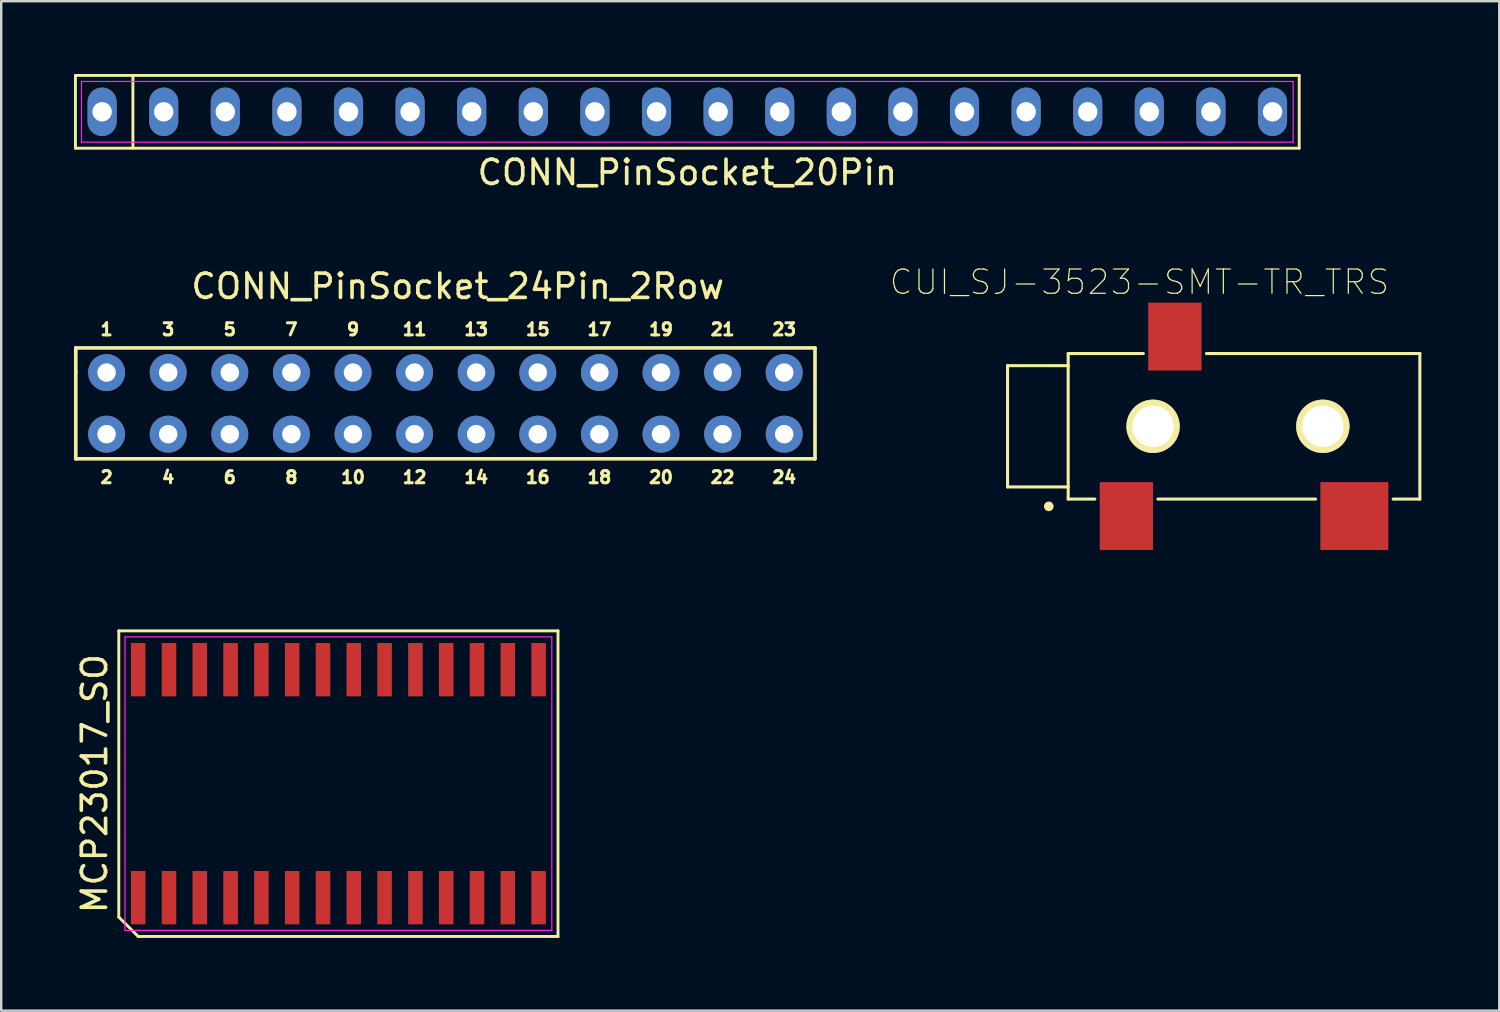
<source format=kicad_pcb>
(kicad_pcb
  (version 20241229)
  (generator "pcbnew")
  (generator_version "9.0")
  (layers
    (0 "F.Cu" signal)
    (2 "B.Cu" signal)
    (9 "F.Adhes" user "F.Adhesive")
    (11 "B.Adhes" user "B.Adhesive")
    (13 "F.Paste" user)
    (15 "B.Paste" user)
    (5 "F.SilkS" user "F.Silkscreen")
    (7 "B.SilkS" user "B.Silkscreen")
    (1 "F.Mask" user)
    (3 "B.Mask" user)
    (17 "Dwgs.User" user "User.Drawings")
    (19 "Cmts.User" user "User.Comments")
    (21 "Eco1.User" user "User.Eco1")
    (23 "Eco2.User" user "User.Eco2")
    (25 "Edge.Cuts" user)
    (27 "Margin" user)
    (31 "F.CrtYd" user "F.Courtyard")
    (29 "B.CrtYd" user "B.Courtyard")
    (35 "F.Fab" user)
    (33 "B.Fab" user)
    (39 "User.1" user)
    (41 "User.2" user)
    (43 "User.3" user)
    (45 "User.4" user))
  (footprint "CONN_PinSocket_20Pin"
    (layer "F.Cu")
    (at 25.29 1.56)
    (property "Reference" "CONN_PinSocket_20Pin" (at 0 2.5 0) (layer "F.SilkS") (effects (font (size 1 1) (thickness 0.15))))
    (attr through_hole)
    (fp_line (start -25.23 -1.5) (end 25.23 -1.5) (stroke (width 0.12) (type solid)) (layer "F.SilkS"))
    (fp_line (start -25.23 1.5) (end -25.23 -1.5) (stroke (width 0.12) (type solid)) (layer "F.SilkS"))
    (fp_line (start -22.86 -1.5) (end -22.86 1.5) (stroke (width 0.12) (type solid)) (layer "F.SilkS"))
    (fp_line (start 25.23 -1.5) (end 25.23 1.5) (stroke (width 0.12) (type solid)) (layer "F.SilkS"))
    (fp_line (start 25.23 1.5) (end -25.23 1.5) (stroke (width 0.12) (type solid)) (layer "F.SilkS"))
    (fp_line (start -24.98 -1.25) (end 24.98 -1.25) (stroke (width 0.05) (type solid)) (layer "F.CrtYd"))
    (fp_line (start -24.98 1.25) (end -24.98 -1.25) (stroke (width 0.05) (type solid)) (layer "F.CrtYd"))
    (fp_line (start 24.98 -1.25) (end 24.98 1.25) (stroke (width 0.05) (type solid)) (layer "F.CrtYd"))
    (fp_line (start 24.98 1.25) (end -24.98 1.25) (stroke (width 0.05) (type solid)) (layer "F.CrtYd"))
    (pad "1" thru_hole oval (at -24.13 0) (size 1.2 2) (drill 0.8) (layers "*.Cu" "*.Mask"))
    (pad "2" thru_hole oval (at -21.59 0) (size 1.2 2) (drill 0.8) (layers "*.Cu" "*.Mask"))
    (pad "3" thru_hole oval (at -19.05 0) (size 1.2 2) (drill 0.8) (layers "*.Cu" "*.Mask"))
    (pad "4" thru_hole oval (at -16.51 0) (size 1.2 2) (drill 0.8) (layers "*.Cu" "*.Mask"))
    (pad "5" thru_hole oval (at -13.97 0) (size 1.2 2) (drill 0.8) (layers "*.Cu" "*.Mask"))
    (pad "6" thru_hole oval (at -11.43 0) (size 1.2 2) (drill 0.8) (layers "*.Cu" "*.Mask"))
    (pad "7" thru_hole oval (at -8.89 0) (size 1.2 2) (drill 0.8) (layers "*.Cu" "*.Mask"))
    (pad "8" thru_hole oval (at -6.35 0) (size 1.2 2) (drill 0.8) (layers "*.Cu" "*.Mask"))
    (pad "9" thru_hole oval (at -3.81 0) (size 1.2 2) (drill 0.8) (layers "*.Cu" "*.Mask"))
    (pad "10" thru_hole oval (at -1.27 0) (size 1.2 2) (drill 0.8) (layers "*.Cu" "*.Mask"))
    (pad "11" thru_hole oval (at 1.27 0) (size 1.2 2) (drill 0.8) (layers "*.Cu" "*.Mask"))
    (pad "12" thru_hole oval (at 3.81 0) (size 1.2 2) (drill 0.8) (layers "*.Cu" "*.Mask"))
    (pad "13" thru_hole oval (at 6.35 0) (size 1.2 2) (drill 0.8) (layers "*.Cu" "*.Mask"))
    (pad "14" thru_hole oval (at 8.89 0) (size 1.2 2) (drill 0.8) (layers "*.Cu" "*.Mask"))
    (pad "15" thru_hole oval (at 11.43 0) (size 1.2 2) (drill 0.8) (layers "*.Cu" "*.Mask"))
    (pad "16" thru_hole oval (at 13.97 0) (size 1.2 2) (drill 0.8) (layers "*.Cu" "*.Mask"))
    (pad "17" thru_hole oval (at 16.51 0) (size 1.2 2) (drill 0.8) (layers "*.Cu" "*.Mask"))
    (pad "18" thru_hole oval (at 19.05 0) (size 1.2 2) (drill 0.8) (layers "*.Cu" "*.Mask"))
    (pad "19" thru_hole oval (at 21.59 0) (size 1.2 2) (drill 0.8) (layers "*.Cu" "*.Mask"))
    (pad "20" thru_hole oval (at 24.13 0) (size 1.2 2) (drill 0.8) (layers "*.Cu" "*.Mask")))
  (footprint "CUI_SJ-3523-SMT-TR_TRS"
    (layer "F.Cu")
    (at 44.494 14.528)
    (property "Reference" "CUI_SJ-3523-SMT-TR_TRS" (at -0.561 -5.946 0) (layer "F.SilkS") (effects (font (size 1.002 1.002) (thickness 0.05))))
    (attr smd)
    (fp_line (start -6 -2.5) (end -6 2.5) (stroke (width 0.127) (type solid)) (layer "F.SilkS"))
    (fp_line (start -6 2.5) (end -3.5 2.5) (stroke (width 0.127) (type solid)) (layer "F.SilkS"))
    (fp_line (start -3.5 -3) (end -0.4 -3) (stroke (width 0.127) (type solid)) (layer "F.SilkS"))
    (fp_line (start -3.5 -2.5) (end -6 -2.5) (stroke (width 0.127) (type solid)) (layer "F.SilkS"))
    (fp_line (start -3.5 -2.5) (end -3.5 -3) (stroke (width 0.127) (type solid)) (layer "F.SilkS"))
    (fp_line (start -3.5 2.5) (end -3.5 -2.5) (stroke (width 0.127) (type solid)) (layer "F.SilkS"))
    (fp_line (start -3.5 3) (end -3.5 2.5) (stroke (width 0.127) (type solid)) (layer "F.SilkS"))
    (fp_line (start -3.5 3) (end -2.4 3) (stroke (width 0.127) (type solid)) (layer "F.SilkS"))
    (fp_line (start 0.2 3) (end 6.7 3) (stroke (width 0.127) (type solid)) (layer "F.SilkS"))
    (fp_line (start 2.2 -3) (end 11 -3) (stroke (width 0.127) (type solid)) (layer "F.SilkS"))
    (fp_line (start 9.9 3) (end 11 3) (stroke (width 0.127) (type solid)) (layer "F.SilkS"))
    (fp_line (start 11 -3) (end 11 3) (stroke (width 0.127) (type solid)) (layer "F.SilkS"))
    (fp_circle (center -4.3 3.3) (end -4.2 3.3) (stroke (width 0.2) (type solid)) (fill no) (layer "F.SilkS"))
    (fp_line (start -6.25 -2.75) (end -6.25 2.75) (stroke (width 0.05) (type solid)) (layer "Eco1.User"))
    (fp_line (start -6.25 2.75) (end -3.75 2.75) (stroke (width 0.05) (type solid)) (layer "Eco1.User"))
    (fp_line (start -3.75 -5.35) (end -3.75 -2.75) (stroke (width 0.05) (type solid)) (layer "Eco1.User"))
    (fp_line (start -3.75 -5.35) (end 11.25 -5.35) (stroke (width 0.05) (type solid)) (layer "Eco1.User"))
    (fp_line (start -3.75 -2.75) (end -6.25 -2.75) (stroke (width 0.05) (type solid)) (layer "Eco1.User"))
    (fp_line (start -3.75 2.75) (end -3.75 5.35) (stroke (width 0.05) (type solid)) (layer "Eco1.User"))
    (fp_line (start 11.25 -5.35) (end 11.25 5.35) (stroke (width 0.05) (type solid)) (layer "Eco1.User"))
    (fp_line (start 11.25 5.35) (end -3.75 5.35) (stroke (width 0.05) (type solid)) (layer "Eco1.User"))
    (fp_line (start -6 -2.5) (end -6 2.5) (stroke (width 0.127) (type solid)) (layer "Eco2.User"))
    (fp_line (start -6 2.5) (end -3.5 2.5) (stroke (width 0.127) (type solid)) (layer "Eco2.User"))
    (fp_line (start -3.5 -3) (end 11 -3) (stroke (width 0.127) (type solid)) (layer "Eco2.User"))
    (fp_line (start -3.5 -2.5) (end -6 -2.5) (stroke (width 0.127) (type solid)) (layer "Eco2.User"))
    (fp_line (start -3.5 3) (end -3.5 -3) (stroke (width 0.127) (type solid)) (layer "Eco2.User"))
    (fp_line (start 11 -3) (end 11 3) (stroke (width 0.127) (type solid)) (layer "Eco2.User"))
    (fp_line (start 11 3) (end -3.5 3) (stroke (width 0.127) (type solid)) (layer "Eco2.User"))
    (fp_circle (center -4.3 3.3) (end -4.2 3.3) (stroke (width 0.2) (type solid)) (fill no) (layer "Eco2.User"))
    (pad "" np_thru_hole circle (at 0 0) (size 2.2 2.2) (drill 1.7) (layers "*.Cu" "*.Mask" "F.SilkS"))
    (pad "" np_thru_hole circle (at 7 0) (size 2.2 2.2) (drill 1.7) (layers "*.Cu" "*.Mask" "F.SilkS"))
    (pad "R" smd rect (at 8.3 3.7) (size 2.8 2.8) (layers "F.Cu" "F.Mask" "F.Paste"))
    (pad "S" smd rect (at 0.9 -3.7) (size 2.2 2.8) (layers "F.Cu" "F.Mask" "F.Paste"))
    (pad "T" smd rect (at -1.1 3.7) (size 2.2 2.8) (layers "F.Cu" "F.Mask" "F.Paste")))
  (footprint "MCP23017_SO"
    (layer "F.Cu")
    (at 10.903 29.263)
    (property "Reference" "MCP23017_SO" (at -10.055 0 90) (layer "F.SilkS") (effects (font (size 1 1) (thickness 0.15))))
    (attr smd)
    (fp_line (start -9.055 -6.3) (end 9.055 -6.3) (stroke (width 0.12) (type solid)) (layer "F.SilkS"))
    (fp_line (start -9.055 5.5) (end -9.055 -6.3) (stroke (width 0.12) (type solid)) (layer "F.SilkS"))
    (fp_line (start -8.255 6.3) (end -9.055 5.5) (stroke (width 0.12) (type solid)) (layer "F.SilkS"))
    (fp_line (start 9.055 -6.3) (end 9.055 6.3) (stroke (width 0.12) (type solid)) (layer "F.SilkS"))
    (fp_line (start 9.055 6.3) (end -8.255 6.3) (stroke (width 0.12) (type solid)) (layer "F.SilkS"))
    (fp_line (start -8.8 -6.05) (end 8.8 -6.05) (stroke (width 0.05) (type solid)) (layer "F.CrtYd"))
    (fp_line (start -8.8 6.05) (end -8.8 -6.05) (stroke (width 0.05) (type solid)) (layer "F.CrtYd"))
    (fp_line (start 8.8 -6.05) (end 8.8 6.05) (stroke (width 0.05) (type solid)) (layer "F.CrtYd"))
    (fp_line (start 8.8 6.05) (end -8.8 6.05) (stroke (width 0.05) (type solid)) (layer "F.CrtYd"))
    (pad "1" smd rect (at -8.255 4.7) (size 0.6 2.2) (layers "F.Cu" "F.Mask" "F.Paste"))
    (pad "2" smd rect (at -6.985 4.7) (size 0.6 2.2) (layers "F.Cu" "F.Mask" "F.Paste"))
    (pad "3" smd rect (at -5.715 4.7) (size 0.6 2.2) (layers "F.Cu" "F.Mask" "F.Paste"))
    (pad "4" smd rect (at -4.445 4.7) (size 0.6 2.2) (layers "F.Cu" "F.Mask" "F.Paste"))
    (pad "5" smd rect (at -3.175 4.7) (size 0.6 2.2) (layers "F.Cu" "F.Mask" "F.Paste"))
    (pad "6" smd rect (at -1.905 4.7) (size 0.6 2.2) (layers "F.Cu" "F.Mask" "F.Paste"))
    (pad "7" smd rect (at -0.635 4.7) (size 0.6 2.2) (layers "F.Cu" "F.Mask" "F.Paste"))
    (pad "8" smd rect (at 0.635 4.7) (size 0.6 2.2) (layers "F.Cu" "F.Mask" "F.Paste"))
    (pad "9" smd rect (at 1.905 4.7) (size 0.6 2.2) (layers "F.Cu" "F.Mask" "F.Paste"))
    (pad "10" smd rect (at 3.175 4.7) (size 0.6 2.2) (layers "F.Cu" "F.Mask" "F.Paste"))
    (pad "11" smd rect (at 4.445 4.7) (size 0.6 2.2) (layers "F.Cu" "F.Mask" "F.Paste"))
    (pad "12" smd rect (at 5.715 4.7) (size 0.6 2.2) (layers "F.Cu" "F.Mask" "F.Paste"))
    (pad "13" smd rect (at 6.985 4.7) (size 0.6 2.2) (layers "F.Cu" "F.Mask" "F.Paste"))
    (pad "14" smd rect (at 8.255 4.7) (size 0.6 2.2) (layers "F.Cu" "F.Mask" "F.Paste"))
    (pad "15" smd rect (at 8.255 -4.7) (size 0.6 2.2) (layers "F.Cu" "F.Mask" "F.Paste"))
    (pad "16" smd rect (at 6.985 -4.7) (size 0.6 2.2) (layers "F.Cu" "F.Mask" "F.Paste"))
    (pad "17" smd rect (at 5.715 -4.7) (size 0.6 2.2) (layers "F.Cu" "F.Mask" "F.Paste"))
    (pad "18" smd rect (at 4.445 -4.7) (size 0.6 2.2) (layers "F.Cu" "F.Mask" "F.Paste"))
    (pad "19" smd rect (at 3.175 -4.7) (size 0.6 2.2) (layers "F.Cu" "F.Mask" "F.Paste"))
    (pad "20" smd rect (at 1.905 -4.7) (size 0.6 2.2) (layers "F.Cu" "F.Mask" "F.Paste"))
    (pad "21" smd rect (at 0.635 -4.7) (size 0.6 2.2) (layers "F.Cu" "F.Mask" "F.Paste"))
    (pad "22" smd rect (at -0.635 -4.7) (size 0.6 2.2) (layers "F.Cu" "F.Mask" "F.Paste"))
    (pad "23" smd rect (at -1.905 -4.7) (size 0.6 2.2) (layers "F.Cu" "F.Mask" "F.Paste"))
    (pad "24" smd rect (at -3.175 -4.7) (size 0.6 2.2) (layers "F.Cu" "F.Mask" "F.Paste"))
    (pad "25" smd rect (at -4.445 -4.7) (size 0.6 2.2) (layers "F.Cu" "F.Mask" "F.Paste"))
    (pad "26" smd rect (at -5.715 -4.7) (size 0.6 2.2) (layers "F.Cu" "F.Mask" "F.Paste"))
    (pad "27" smd rect (at -6.985 -4.7) (size 0.6 2.2) (layers "F.Cu" "F.Mask" "F.Paste"))
    (pad "28" smd rect (at -8.255 -4.7) (size 0.6 2.2) (layers "F.Cu" "F.Mask" "F.Paste")))
  (footprint "CONN_PinSocket_24Pin_2Row"
    (layer "F.Cu")
    (at 15.315 12.312)
    (property "Reference" "CONN_PinSocket_24Pin_2Row" (at 0.508 -3.556 0) (layer "F.SilkS") (effects (font (size 1 1) (thickness 0.15))))
    (attr through_hole)
    (fp_line (start -15.24 -1.016) (end 15.24 -1.016) (stroke (width 0.15) (type solid)) (layer "F.SilkS"))
    (fp_line (start -15.24 0) (end -15.24 -1.016) (stroke (width 0.15) (type solid)) (layer "F.SilkS"))
    (fp_line (start -15.24 3.556) (end -15.24 0) (stroke (width 0.15) (type solid)) (layer "F.SilkS"))
    (fp_line (start 15.24 -1.016) (end 15.24 3.556) (stroke (width 0.15) (type solid)) (layer "F.SilkS"))
    (fp_line (start 15.24 3.556) (end -15.24 3.556) (stroke (width 0.15) (type solid)) (layer "F.SilkS"))
    (fp_text user "1" (at -13.97 -1.778 0) (layer "F.SilkS") (effects (font (size 0.5 0.5) (thickness 0.125))))
    (fp_text user "18" (at 6.35 4.318 0) (layer "F.SilkS") (effects (font (size 0.5 0.5) (thickness 0.125))))
    (fp_text user "6" (at -8.89 4.318 0) (layer "F.SilkS") (effects (font (size 0.5 0.5) (thickness 0.125))))
    (fp_text user "2" (at -13.97 4.318 0) (layer "F.SilkS") (effects (font (size 0.5 0.5) (thickness 0.125))))
    (fp_text user "21" (at 11.43 -1.778 0) (layer "F.SilkS") (effects (font (size 0.5 0.5) (thickness 0.125))))
    (fp_text user "17" (at 6.35 -1.778 0) (layer "F.SilkS") (effects (font (size 0.5 0.5) (thickness 0.125))))
    (fp_text user "13" (at 1.27 -1.778 0) (layer "F.SilkS") (effects (font (size 0.5 0.5) (thickness 0.125))))
    (fp_text user "20" (at 8.89 4.318 0) (layer "F.SilkS") (effects (font (size 0.5 0.5) (thickness 0.125))))
    (fp_text user "23" (at 13.97 -1.778 0) (layer "F.SilkS") (effects (font (size 0.5 0.5) (thickness 0.125))))
    (fp_text user "11" (at -1.27 -1.778 0) (layer "F.SilkS") (effects (font (size 0.5 0.5) (thickness 0.125))))
    (fp_text user "22" (at 11.43 4.318 0) (layer "F.SilkS") (effects (font (size 0.5 0.5) (thickness 0.125))))
    (fp_text user "24" (at 13.97 4.318 0) (layer "F.SilkS") (effects (font (size 0.5 0.5) (thickness 0.125))))
    (fp_text user "7" (at -6.35 -1.778 0) (layer "F.SilkS") (effects (font (size 0.5 0.5) (thickness 0.125))))
    (fp_text user "5" (at -8.89 -1.778 0) (layer "F.SilkS") (effects (font (size 0.5 0.5) (thickness 0.125))))
    (fp_text user "4" (at -11.43 4.318 0) (layer "F.SilkS") (effects (font (size 0.5 0.5) (thickness 0.125))))
    (fp_text user "8" (at -6.35 4.318 0) (layer "F.SilkS") (effects (font (size 0.5 0.5) (thickness 0.125))))
    (fp_text user "16" (at 3.81 4.318 0) (layer "F.SilkS") (effects (font (size 0.5 0.5) (thickness 0.125))))
    (fp_text user "3" (at -11.43 -1.778 0) (layer "F.SilkS") (effects (font (size 0.5 0.5) (thickness 0.125))))
    (fp_text user "19" (at 8.89 -1.778 0) (layer "F.SilkS") (effects (font (size 0.5 0.5) (thickness 0.125))))
    (fp_text user "9" (at -3.81 -1.778 0) (layer "F.SilkS") (effects (font (size 0.5 0.5) (thickness 0.125))))
    (fp_text user "14" (at 1.27 4.318 0) (layer "F.SilkS") (effects (font (size 0.5 0.5) (thickness 0.125))))
    (fp_text user "15" (at 3.81 -1.778 0) (layer "F.SilkS") (effects (font (size 0.5 0.5) (thickness 0.125))))
    (fp_text user "10" (at -3.81 4.318 0) (layer "F.SilkS") (effects (font (size 0.5 0.5) (thickness 0.125))))
    (fp_text user "12" (at -1.27 4.318 0) (layer "F.SilkS") (effects (font (size 0.5 0.5) (thickness 0.125))))
    (pad "1" thru_hole circle (at -13.97 0) (size 1.524 1.524) (drill 0.762) (layers "*.Cu" "*.Mask"))
    (pad "2" thru_hole circle (at -13.97 2.54) (size 1.524 1.524) (drill 0.762) (layers "*.Cu" "*.Mask"))
    (pad "3" thru_hole circle (at -11.43 0) (size 1.524 1.524) (drill 0.762) (layers "*.Cu" "*.Mask"))
    (pad "4" thru_hole circle (at -11.43 2.54) (size 1.524 1.524) (drill 0.762) (layers "*.Cu" "*.Mask"))
    (pad "5" thru_hole circle (at -8.89 0) (size 1.524 1.524) (drill 0.762) (layers "*.Cu" "*.Mask"))
    (pad "6" thru_hole circle (at -8.89 2.54) (size 1.524 1.524) (drill 0.762) (layers "*.Cu" "*.Mask"))
    (pad "7" thru_hole circle (at -6.35 0) (size 1.524 1.524) (drill 0.762) (layers "*.Cu" "*.Mask"))
    (pad "8" thru_hole circle (at -6.35 2.54) (size 1.524 1.524) (drill 0.762) (layers "*.Cu" "*.Mask"))
    (pad "9" thru_hole circle (at -3.81 0) (size 1.524 1.524) (drill 0.762) (layers "*.Cu" "*.Mask"))
    (pad "10" thru_hole circle (at -3.81 2.54) (size 1.524 1.524) (drill 0.762) (layers "*.Cu" "*.Mask"))
    (pad "11" thru_hole circle (at -1.27 0) (size 1.524 1.524) (drill 0.762) (layers "*.Cu" "*.Mask"))
    (pad "12" thru_hole circle (at -1.27 2.54) (size 1.524 1.524) (drill 0.762) (layers "*.Cu" "*.Mask"))
    (pad "13" thru_hole circle (at 1.27 0) (size 1.524 1.524) (drill 0.762) (layers "*.Cu" "*.Mask"))
    (pad "14" thru_hole circle (at 1.27 2.54) (size 1.524 1.524) (drill 0.762) (layers "*.Cu" "*.Mask"))
    (pad "15" thru_hole circle (at 3.81 0) (size 1.524 1.524) (drill 0.762) (layers "*.Cu" "*.Mask"))
    (pad "16" thru_hole circle (at 3.81 2.54) (size 1.524 1.524) (drill 0.762) (layers "*.Cu" "*.Mask"))
    (pad "17" thru_hole circle (at 6.35 0) (size 1.524 1.524) (drill 0.762) (layers "*.Cu" "*.Mask"))
    (pad "18" thru_hole circle (at 6.35 2.54) (size 1.524 1.524) (drill 0.762) (layers "*.Cu" "*.Mask"))
    (pad "19" thru_hole circle (at 8.89 0) (size 1.524 1.524) (drill 0.762) (layers "*.Cu" "*.Mask"))
    (pad "20" thru_hole circle (at 8.89 2.54) (size 1.524 1.524) (drill 0.762) (layers "*.Cu" "*.Mask"))
    (pad "21" thru_hole circle (at 11.43 0) (size 1.524 1.524) (drill 0.762) (layers "*.Cu" "*.Mask"))
    (pad "22" thru_hole circle (at 11.43 2.54) (size 1.524 1.524) (drill 0.762) (layers "*.Cu" "*.Mask"))
    (pad "23" thru_hole circle (at 13.97 0) (size 1.524 1.524) (drill 0.762) (layers "*.Cu" "*.Mask"))
    (pad "24" thru_hole circle (at 13.97 2.54) (size 1.524 1.524) (drill 0.762) (layers "*.Cu" "*.Mask")))
  (gr_rect
    (start -3 -3)
    (end 58.769 38.623)
    (stroke (width 0.1) (type default))
    (fill no)
    (layer "Edge.Cuts")))
</source>
